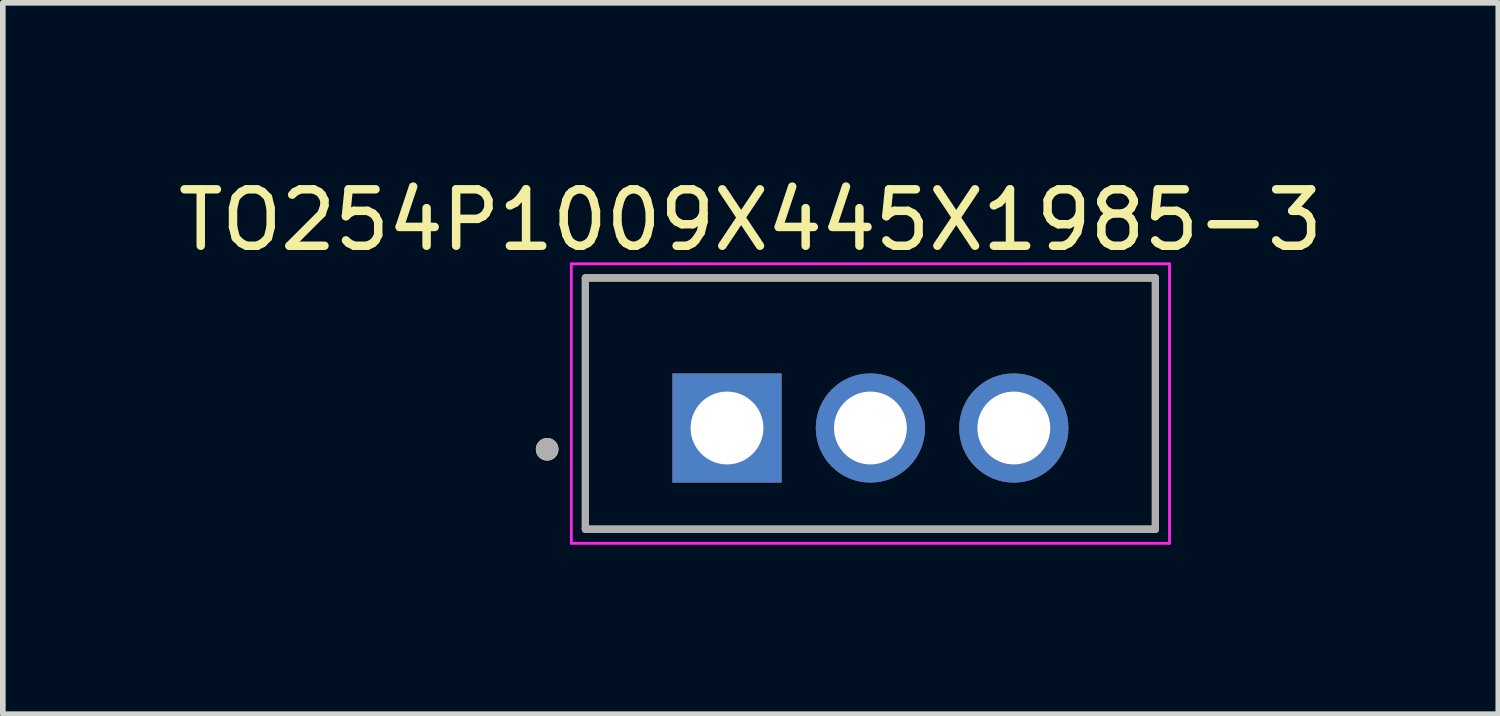
<source format=kicad_pcb>
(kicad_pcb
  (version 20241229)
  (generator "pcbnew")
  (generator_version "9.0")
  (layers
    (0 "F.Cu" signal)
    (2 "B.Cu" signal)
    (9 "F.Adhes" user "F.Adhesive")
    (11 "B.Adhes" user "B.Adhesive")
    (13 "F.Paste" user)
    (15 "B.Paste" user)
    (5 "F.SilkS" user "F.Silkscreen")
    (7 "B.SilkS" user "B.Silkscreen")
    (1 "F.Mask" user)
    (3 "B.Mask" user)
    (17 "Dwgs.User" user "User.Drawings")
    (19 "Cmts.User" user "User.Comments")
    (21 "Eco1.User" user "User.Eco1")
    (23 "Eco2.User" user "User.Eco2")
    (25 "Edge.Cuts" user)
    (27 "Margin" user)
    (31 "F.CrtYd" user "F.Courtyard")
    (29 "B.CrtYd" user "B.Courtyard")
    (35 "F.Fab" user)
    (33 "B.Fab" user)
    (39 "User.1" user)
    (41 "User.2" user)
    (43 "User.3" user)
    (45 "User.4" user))
  (footprint "TO254P1009X445X1985-3"
    (layer "F.Cu")
    (at 12.367 4.531)
    (property "Reference" "TO254P1009X445X1985-3" (at -2.123 -3.683 0) (layer "F.SilkS") (effects (font (size 1 1) (thickness 0.15))))
    (attr through_hole)
    (fp_line (start -5.048 -2.658) (end 5.048 -2.658) (stroke (width 0.127) (type solid)) (layer "F.SilkS"))
    (fp_line (start -5.048 1.792) (end -5.048 -2.658) (stroke (width 0.127) (type solid)) (layer "F.SilkS"))
    (fp_line (start 5.048 -2.658) (end 5.048 1.792) (stroke (width 0.127) (type solid)) (layer "F.SilkS"))
    (fp_line (start 5.048 1.792) (end -5.048 1.792) (stroke (width 0.127) (type solid)) (layer "F.SilkS"))
    (fp_circle (center -5.726 0.377) (end -5.626 0.377) (stroke (width 0.2) (type solid)) (fill no) (layer "F.SilkS"))
    (fp_line (start -5.298 -2.908) (end -5.298 2.042) (stroke (width 0.05) (type solid)) (layer "F.CrtYd"))
    (fp_line (start -5.298 2.042) (end 5.298 2.042) (stroke (width 0.05) (type solid)) (layer "F.CrtYd"))
    (fp_line (start 5.298 -2.908) (end -5.298 -2.908) (stroke (width 0.05) (type solid)) (layer "F.CrtYd"))
    (fp_line (start 5.298 2.042) (end 5.298 -2.908) (stroke (width 0.05) (type solid)) (layer "F.CrtYd"))
    (fp_line (start -5.048 -2.658) (end 5.048 -2.658) (stroke (width 0.127) (type solid)) (layer "F.Fab"))
    (fp_line (start -5.048 1.792) (end -5.048 -2.658) (stroke (width 0.127) (type solid)) (layer "F.Fab"))
    (fp_line (start 5.048 -2.658) (end 5.048 1.792) (stroke (width 0.127) (type solid)) (layer "F.Fab"))
    (fp_line (start 5.048 1.792) (end -5.048 1.792) (stroke (width 0.127) (type solid)) (layer "F.Fab"))
    (fp_circle (center -5.726 0.377) (end -5.626 0.377) (stroke (width 0.2) (type solid)) (fill no) (layer "F.Fab"))
    (pad "1" thru_hole rect (at -2.54 0) (size 1.935 1.935) (drill 1.29) (layers "*.Cu" "*.Mask"))
    (pad "2" thru_hole circle (at 0 0) (size 1.935 1.935) (drill 1.29) (layers "*.Cu" "*.Mask"))
    (pad "3" thru_hole circle (at 2.54 0) (size 1.935 1.935) (drill 1.29) (layers "*.Cu" "*.Mask")))
  (gr_rect
    (start -3 -3)
    (end 23.488 9.599)
    (stroke (width 0.1) (type default))
    (fill no)
    (layer "Edge.Cuts")))
</source>
